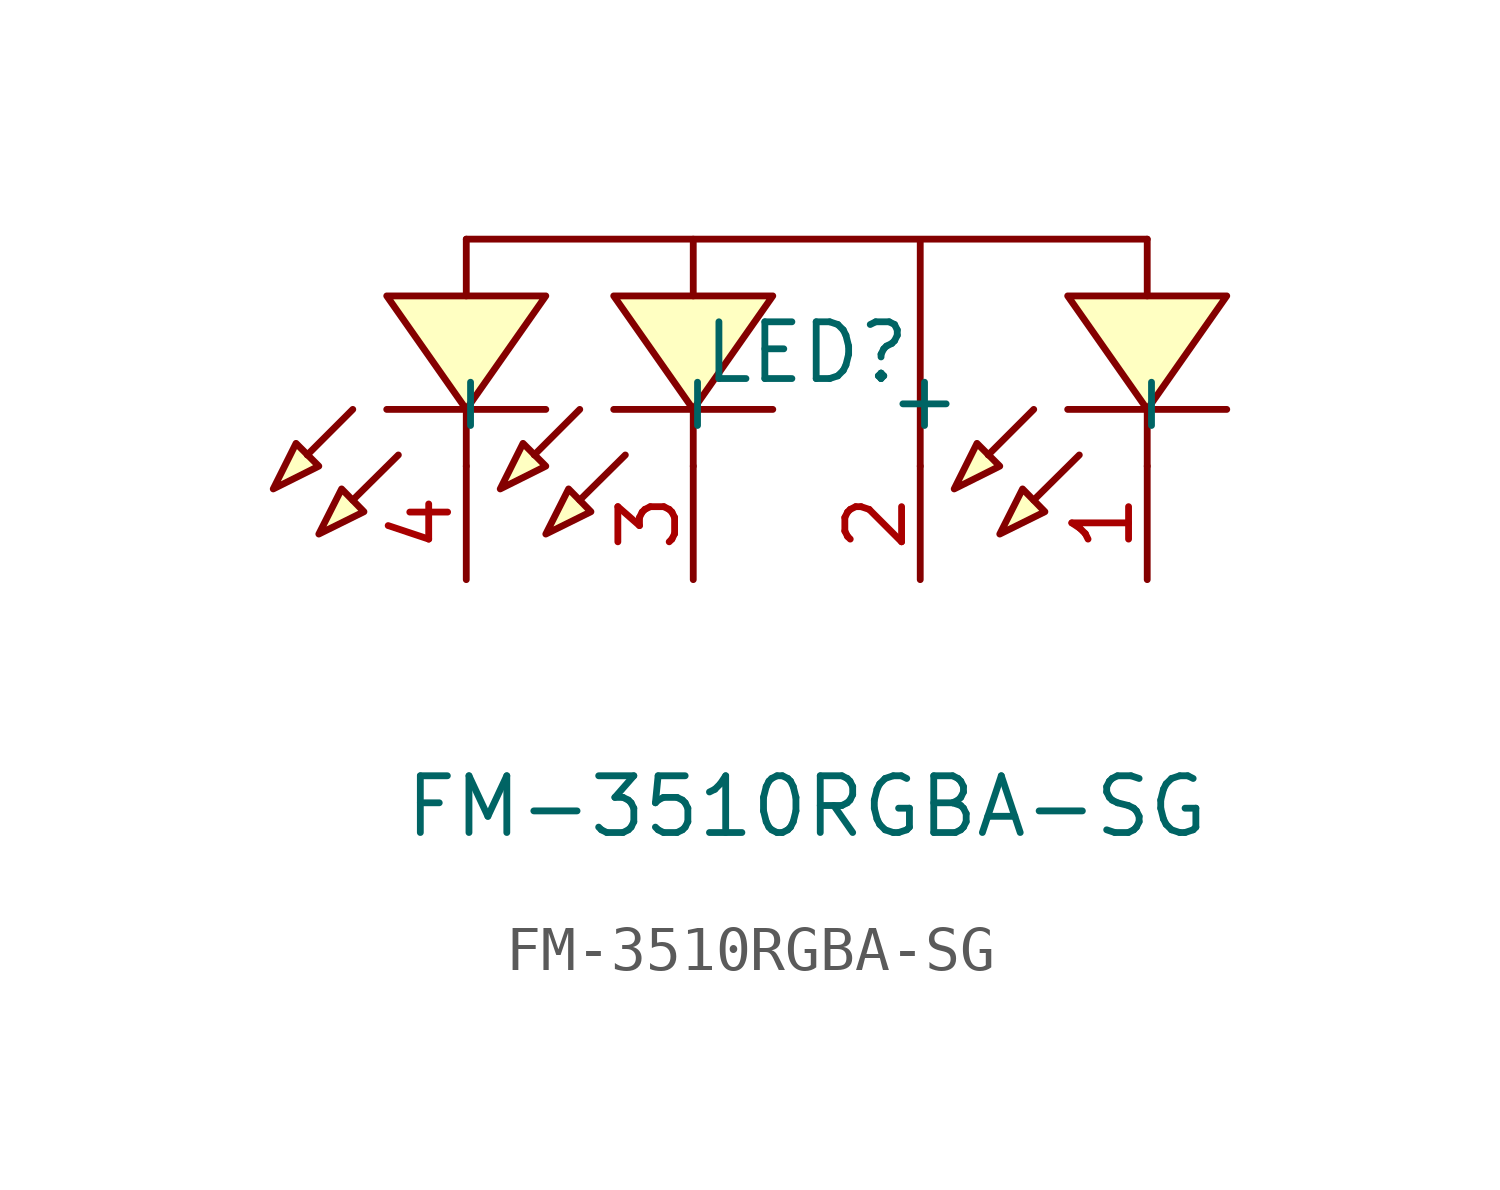
<source format=kicad_sym>
(kicad_symbol_lib
  (version 20211014)
  (generator https://github.com/uPesy/easyeda2kicad.py)
  (symbol "FM-3510RGBA-SG"
    (property "Reference" "LED"
      (at 0 0.00 0)
      (effects (font (size 1.27 1.27))))
    (property "Value" "FM-3510RGBA-SG"
      (at 0 -10.16 0)
      (effects (font (size 1.27 1.27))))
    (symbol "FM-3510RGBA-SG_0_1"
      (polyline (pts (xy -10.92 -4.06) (xy -10.41 -3.05) (xy -9.91 -3.56) (xy -10.92 -4.06)) (stroke (width 0) (type default) (color 0 0 0 0)) (fill (type background)))
      (polyline (pts (xy -11.94 -3.05) (xy -11.43 -2.03) (xy -10.92 -2.54) (xy -11.94 -3.05)) (stroke (width 0) (type default) (color 0 0 0 0)) (fill (type background)))
      (polyline (pts (xy -9.40 1.27) (xy -7.62 -1.27) (xy -5.84 1.27) (xy -9.40 1.27)) (stroke (width 0) (type default) (color 0 0 0 0)) (fill (type background)))
      (polyline (pts (xy -4.32 1.27) (xy -2.54 -1.27) (xy -0.76 1.27) (xy -4.32 1.27)) (stroke (width 0) (type default) (color 0 0 0 0)) (fill (type background)))
      (polyline (pts (xy -6.86 -3.05) (xy -6.35 -2.03) (xy -5.84 -2.54) (xy -6.86 -3.05)) (stroke (width 0) (type default) (color 0 0 0 0)) (fill (type background)))
      (polyline (pts (xy -5.84 -4.06) (xy -5.33 -3.05) (xy -4.83 -3.56) (xy -5.84 -4.06)) (stroke (width 0) (type default) (color 0 0 0 0)) (fill (type background)))
      (polyline (pts (xy 5.84 1.27) (xy 7.62 -1.27) (xy 9.40 1.27) (xy 5.84 1.27)) (stroke (width 0) (type default) (color 0 0 0 0)) (fill (type background)))
      (polyline (pts (xy 3.30 -3.05) (xy 3.81 -2.03) (xy 4.32 -2.54) (xy 3.30 -3.05)) (stroke (width 0) (type default) (color 0 0 0 0)) (fill (type background)))
      (polyline (pts (xy 4.32 -4.06) (xy 4.83 -3.05) (xy 5.33 -3.56) (xy 4.32 -4.06)) (stroke (width 0) (type default) (color 0 0 0 0)) (fill (type background)))
      (polyline (pts (xy -9.14 -2.29) (xy -10.16 -3.30) (xy -9.14 -2.29)) (stroke (width 0) (type default) (color 0 0 0 0)) (fill (type background)))
      (polyline (pts (xy -10.16 -1.27) (xy -11.18 -2.29) (xy -10.16 -1.27)) (stroke (width 0) (type default) (color 0 0 0 0)) (fill (type background)))
      (polyline (pts (xy -7.62 -1.27) (xy -7.62 -2.54)) (stroke (width 0) (type default) (color 0 0 0 0)) (fill (type none)))
      (polyline (pts (xy -7.62 2.54) (xy -7.62 1.27)) (stroke (width 0) (type default) (color 0 0 0 0)) (fill (type none)))
      (polyline (pts (xy -9.40 -1.27) (xy -5.84 -1.27)) (stroke (width 0) (type default) (color 0 0 0 0)) (fill (type none)))
      (polyline (pts (xy -4.32 -1.27) (xy -0.76 -1.27)) (stroke (width 0) (type default) (color 0 0 0 0)) (fill (type none)))
      (polyline (pts (xy -2.54 2.54) (xy -2.54 1.27)) (stroke (width 0) (type default) (color 0 0 0 0)) (fill (type none)))
      (polyline (pts (xy -2.54 -1.27) (xy -2.54 -2.54)) (stroke (width 0) (type default) (color 0 0 0 0)) (fill (type none)))
      (polyline (pts (xy -5.08 -1.27) (xy -6.10 -2.29) (xy -5.08 -1.27)) (stroke (width 0) (type default) (color 0 0 0 0)) (fill (type background)))
      (polyline (pts (xy -4.06 -2.29) (xy -5.08 -3.30) (xy -4.06 -2.29)) (stroke (width 0) (type default) (color 0 0 0 0)) (fill (type background)))
      (polyline (pts (xy 5.84 -1.27) (xy 9.40 -1.27)) (stroke (width 0) (type default) (color 0 0 0 0)) (fill (type none)))
      (polyline (pts (xy 7.62 2.54) (xy 7.62 1.27)) (stroke (width 0) (type default) (color 0 0 0 0)) (fill (type none)))
      (polyline (pts (xy 7.62 -1.27) (xy 7.62 -2.54)) (stroke (width 0) (type default) (color 0 0 0 0)) (fill (type none)))
      (polyline (pts (xy 5.08 -1.27) (xy 4.06 -2.29) (xy 5.08 -1.27)) (stroke (width 0) (type default) (color 0 0 0 0)) (fill (type background)))
      (polyline (pts (xy 6.10 -2.29) (xy 5.08 -3.30) (xy 6.10 -2.29)) (stroke (width 0) (type default) (color 0 0 0 0)) (fill (type background)))
      (polyline (pts (xy 2.54 -2.54) (xy 2.54 2.54) (xy -7.62 2.54) (xy 2.54 2.54) (xy 7.62 2.54)) (stroke (width 0) (type default) (color 0 0 0 0)) (fill (type none)))
      (pin unspecified line (at -7.62 -5.08 90) (length 2.54) (name "-" (effects (font (size 1.27 1.27)))) (number "4" (effects (font (size 1.27 1.27)))))
      (pin unspecified line (at 2.54 -5.08 90) (length 2.54) (name "+" (effects (font (size 1.27 1.27)))) (number "2" (effects (font (size 1.27 1.27)))))
      (pin unspecified line (at -2.54 -5.08 90) (length 2.54) (name "-" (effects (font (size 1.27 1.27)))) (number "3" (effects (font (size 1.27 1.27)))))
      (pin unspecified line (at 7.62 -5.08 90) (length 2.54) (name "-" (effects (font (size 1.27 1.27)))) (number "1" (effects (font (size 1.27 1.27))))))))
</source>
